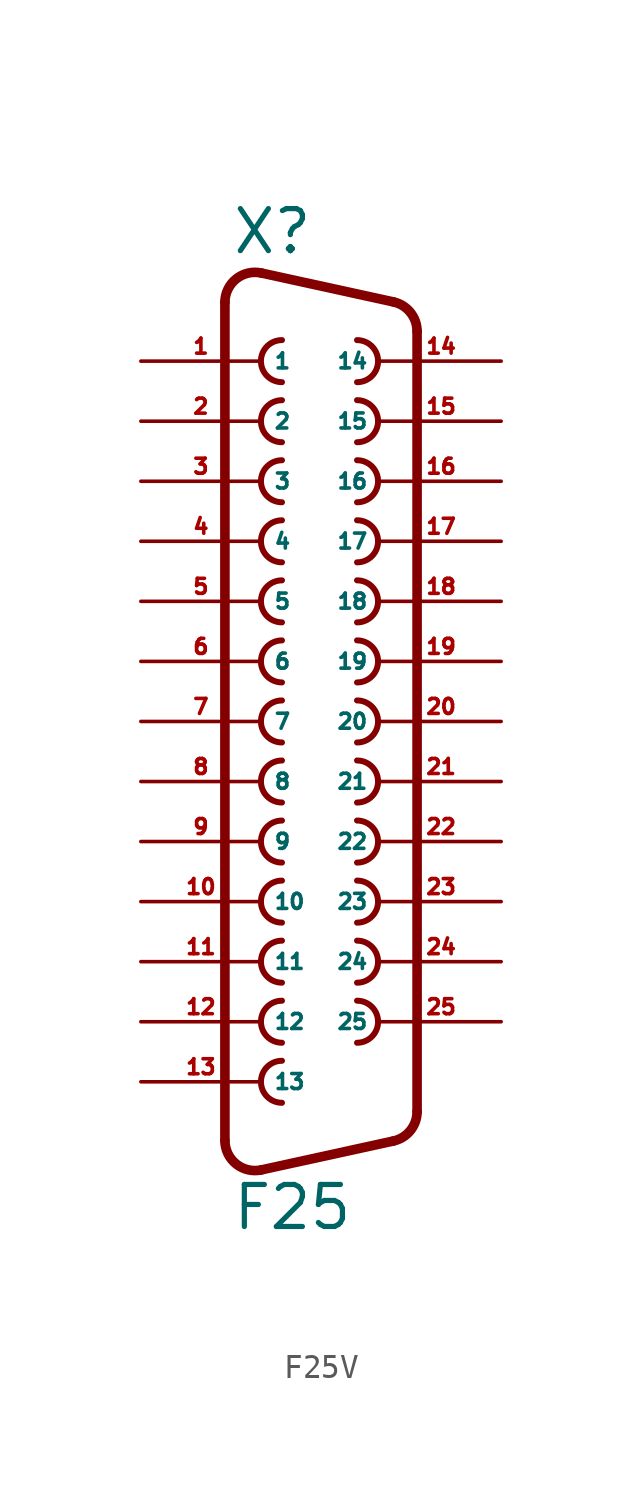
<source format=kicad_sym>
(kicad_symbol_lib
  (version 20220914)
  (generator Eagle2Kicad)
  (symbol "F25V"
    (property "Reference" "X"
      (at -3.81 19.685 0)
      (effects (font (size 1.778 1.778) (thickness 0.22)) (justify left bottom)))
    (property "Value" "F25"
      (at -3.81 -21.59 0)
      (effects (font (size 1.778 1.778) (thickness 0.22)) (justify left bottom)))
    (arc
      (start -1.651 16.129)
      (mid -2.540 15.240)
      (end -1.651 14.351)
      (stroke (width 0.254) (type default))
      (fill (type none)))
    (arc
      (start 1.524 14.351)
      (mid 2.413 15.240)
      (end 1.524 16.129)
      (stroke (width 0.254) (type default))
      (fill (type none)))
    (arc
      (start -1.651 13.589)
      (mid -2.540 12.700)
      (end -1.651 11.811)
      (stroke (width 0.254) (type default))
      (fill (type none)))
    (arc
      (start 1.524 11.811)
      (mid 2.413 12.700)
      (end 1.524 13.589)
      (stroke (width 0.254) (type default))
      (fill (type none)))
    (arc
      (start -1.651 11.049)
      (mid -2.540 10.160)
      (end -1.651 9.271)
      (stroke (width 0.254) (type default))
      (fill (type none)))
    (arc
      (start 1.524 9.271)
      (mid 2.413 10.160)
      (end 1.524 11.049)
      (stroke (width 0.254) (type default))
      (fill (type none)))
    (arc
      (start -1.651 8.509)
      (mid -2.540 7.620)
      (end -1.651 6.731)
      (stroke (width 0.254) (type default))
      (fill (type none)))
    (arc
      (start 1.524 6.731)
      (mid 2.413 7.620)
      (end 1.524 8.509)
      (stroke (width 0.254) (type default))
      (fill (type none)))
    (arc
      (start -1.651 5.969)
      (mid -2.540 5.080)
      (end -1.651 4.191)
      (stroke (width 0.254) (type default))
      (fill (type none)))
    (arc
      (start 1.524 4.191)
      (mid 2.413 5.080)
      (end 1.524 5.969)
      (stroke (width 0.254) (type default))
      (fill (type none)))
    (arc
      (start -1.651 3.429)
      (mid -2.540 2.540)
      (end -1.651 1.651)
      (stroke (width 0.254) (type default))
      (fill (type none)))
    (arc
      (start 1.524 1.651)
      (mid 2.413 2.540)
      (end 1.524 3.429)
      (stroke (width 0.254) (type default))
      (fill (type none)))
    (arc
      (start -1.651 0.889)
      (mid -2.540 0.000)
      (end -1.651 -0.889)
      (stroke (width 0.254) (type default))
      (fill (type none)))
    (arc
      (start 1.524 -0.889)
      (mid 2.413 0.000)
      (end 1.524 0.889)
      (stroke (width 0.254) (type default))
      (fill (type none)))
    (arc
      (start -1.651 -1.651)
      (mid -2.540 -2.540)
      (end -1.651 -3.429)
      (stroke (width 0.254) (type default))
      (fill (type none)))
    (arc
      (start 1.524 -3.429)
      (mid 2.413 -2.540)
      (end 1.524 -1.651)
      (stroke (width 0.254) (type default))
      (fill (type none)))
    (arc
      (start -1.651 -4.191)
      (mid -2.540 -5.080)
      (end -1.651 -5.969)
      (stroke (width 0.254) (type default))
      (fill (type none)))
    (arc
      (start 1.524 -5.969)
      (mid 2.413 -5.080)
      (end 1.524 -4.191)
      (stroke (width 0.254) (type default))
      (fill (type none)))
    (arc
      (start -1.651 -6.731)
      (mid -2.540 -7.620)
      (end -1.651 -8.509)
      (stroke (width 0.254) (type default))
      (fill (type none)))
    (arc
      (start 1.524 -8.509)
      (mid 2.413 -7.620)
      (end 1.524 -6.731)
      (stroke (width 0.254) (type default))
      (fill (type none)))
    (arc
      (start -1.651 -9.271)
      (mid -2.540 -10.160)
      (end -1.651 -11.049)
      (stroke (width 0.254) (type default))
      (fill (type none)))
    (arc
      (start 1.524 -11.049)
      (mid 2.413 -10.160)
      (end 1.524 -9.271)
      (stroke (width 0.254) (type default))
      (fill (type none)))
    (arc
      (start -1.651 -11.811)
      (mid -2.540 -12.700)
      (end -1.651 -13.589)
      (stroke (width 0.254) (type default))
      (fill (type none)))
    (arc
      (start 1.524 -13.589)
      (mid 2.413 -12.700)
      (end 1.524 -11.811)
      (stroke (width 0.254) (type default))
      (fill (type none)))
    (arc
      (start -1.651 -14.351)
      (mid -2.540 -15.240)
      (end -1.651 -16.129)
      (stroke (width 0.254) (type default))
      (fill (type none)))
    (arc
      (start -2.5226 18.967)
      (mid -3.590 18.716)
      (end -4.064 17.7262)
      (stroke (width 0.4064) (type default))
      (fill (type none)))
    (polyline
      (pts (xy -2.523 18.967) (xy 3.065 17.744))
      (stroke (width 0.406) (type default))
      (fill (type none)))
    (arc
      (start 4.0642 16.5038)
      (mid 3.783 17.300)
      (end 3.0654 17.7445)
      (stroke (width 0.4064) (type default))
      (fill (type none)))
    (polyline
      (pts (xy 4.064 -16.504) (xy 4.064 16.504))
      (stroke (width 0.406) (type default))
      (fill (type none)))
    (arc
      (start 3.0654 -17.7444)
      (mid 3.783 -17.300)
      (end 4.064 -16.5038)
      (stroke (width 0.4064) (type default))
      (fill (type none)))
    (polyline
      (pts (xy -4.064 -17.726) (xy -4.064 17.726))
      (stroke (width 0.406) (type default))
      (fill (type none)))
    (polyline
      (pts (xy -2.523 -18.967) (xy 3.065 -17.744))
      (stroke (width 0.406) (type default))
      (fill (type none)))
    (arc
      (start -4.064 -17.7262)
      (mid -3.590 -18.716)
      (end -2.5226 -18.9669)
      (stroke (width 0.4064) (type default))
      (fill (type none)))
    (pin passive line
      (at -7.62 15.24 0)
      (length 5.08)
      (name "1" (effects (font (size 0.635 0.635) (thickness 0.08)) (justify left bottom)))
      (number "1" (effects (font (size 0.635 0.635) (thickness 0.08)) (justify left bottom))))
    (pin passive line
      (at 7.62 15.24 180)
      (length 5.08)
      (name "14" (effects (font (size 0.635 0.635) (thickness 0.08)) (justify left bottom)))
      (number "14" (effects (font (size 0.635 0.635) (thickness 0.08)) (justify left bottom))))
    (pin passive line
      (at -7.62 12.7 0)
      (length 5.08)
      (name "2" (effects (font (size 0.635 0.635) (thickness 0.08)) (justify left bottom)))
      (number "2" (effects (font (size 0.635 0.635) (thickness 0.08)) (justify left bottom))))
    (pin passive line
      (at 7.62 12.7 180)
      (length 5.08)
      (name "15" (effects (font (size 0.635 0.635) (thickness 0.08)) (justify left bottom)))
      (number "15" (effects (font (size 0.635 0.635) (thickness 0.08)) (justify left bottom))))
    (pin passive line
      (at -7.62 10.16 0)
      (length 5.08)
      (name "3" (effects (font (size 0.635 0.635) (thickness 0.08)) (justify left bottom)))
      (number "3" (effects (font (size 0.635 0.635) (thickness 0.08)) (justify left bottom))))
    (pin passive line
      (at 7.62 10.16 180)
      (length 5.08)
      (name "16" (effects (font (size 0.635 0.635) (thickness 0.08)) (justify left bottom)))
      (number "16" (effects (font (size 0.635 0.635) (thickness 0.08)) (justify left bottom))))
    (pin passive line
      (at -7.62 7.62 0)
      (length 5.08)
      (name "4" (effects (font (size 0.635 0.635) (thickness 0.08)) (justify left bottom)))
      (number "4" (effects (font (size 0.635 0.635) (thickness 0.08)) (justify left bottom))))
    (pin passive line
      (at 7.62 7.62 180)
      (length 5.08)
      (name "17" (effects (font (size 0.635 0.635) (thickness 0.08)) (justify left bottom)))
      (number "17" (effects (font (size 0.635 0.635) (thickness 0.08)) (justify left bottom))))
    (pin passive line
      (at -7.62 5.08 0)
      (length 5.08)
      (name "5" (effects (font (size 0.635 0.635) (thickness 0.08)) (justify left bottom)))
      (number "5" (effects (font (size 0.635 0.635) (thickness 0.08)) (justify left bottom))))
    (pin passive line
      (at 7.62 5.08 180)
      (length 5.08)
      (name "18" (effects (font (size 0.635 0.635) (thickness 0.08)) (justify left bottom)))
      (number "18" (effects (font (size 0.635 0.635) (thickness 0.08)) (justify left bottom))))
    (pin passive line
      (at -7.62 2.54 0)
      (length 5.08)
      (name "6" (effects (font (size 0.635 0.635) (thickness 0.08)) (justify left bottom)))
      (number "6" (effects (font (size 0.635 0.635) (thickness 0.08)) (justify left bottom))))
    (pin passive line
      (at 7.62 2.54 180)
      (length 5.08)
      (name "19" (effects (font (size 0.635 0.635) (thickness 0.08)) (justify left bottom)))
      (number "19" (effects (font (size 0.635 0.635) (thickness 0.08)) (justify left bottom))))
    (pin passive line
      (at -7.62 0 0)
      (length 5.08)
      (name "7" (effects (font (size 0.635 0.635) (thickness 0.08)) (justify left bottom)))
      (number "7" (effects (font (size 0.635 0.635) (thickness 0.08)) (justify left bottom))))
    (pin passive line
      (at 7.62 0 180)
      (length 5.08)
      (name "20" (effects (font (size 0.635 0.635) (thickness 0.08)) (justify left bottom)))
      (number "20" (effects (font (size 0.635 0.635) (thickness 0.08)) (justify left bottom))))
    (pin passive line
      (at -7.62 -2.54 0)
      (length 5.08)
      (name "8" (effects (font (size 0.635 0.635) (thickness 0.08)) (justify left bottom)))
      (number "8" (effects (font (size 0.635 0.635) (thickness 0.08)) (justify left bottom))))
    (pin passive line
      (at 7.62 -2.54 180)
      (length 5.08)
      (name "21" (effects (font (size 0.635 0.635) (thickness 0.08)) (justify left bottom)))
      (number "21" (effects (font (size 0.635 0.635) (thickness 0.08)) (justify left bottom))))
    (pin passive line
      (at -7.62 -5.08 0)
      (length 5.08)
      (name "9" (effects (font (size 0.635 0.635) (thickness 0.08)) (justify left bottom)))
      (number "9" (effects (font (size 0.635 0.635) (thickness 0.08)) (justify left bottom))))
    (pin passive line
      (at 7.62 -5.08 180)
      (length 5.08)
      (name "22" (effects (font (size 0.635 0.635) (thickness 0.08)) (justify left bottom)))
      (number "22" (effects (font (size 0.635 0.635) (thickness 0.08)) (justify left bottom))))
    (pin passive line
      (at -7.62 -7.62 0)
      (length 5.08)
      (name "10" (effects (font (size 0.635 0.635) (thickness 0.08)) (justify left bottom)))
      (number "10" (effects (font (size 0.635 0.635) (thickness 0.08)) (justify left bottom))))
    (pin passive line
      (at 7.62 -7.62 180)
      (length 5.08)
      (name "23" (effects (font (size 0.635 0.635) (thickness 0.08)) (justify left bottom)))
      (number "23" (effects (font (size 0.635 0.635) (thickness 0.08)) (justify left bottom))))
    (pin passive line
      (at -7.62 -10.16 0)
      (length 5.08)
      (name "11" (effects (font (size 0.635 0.635) (thickness 0.08)) (justify left bottom)))
      (number "11" (effects (font (size 0.635 0.635) (thickness 0.08)) (justify left bottom))))
    (pin passive line
      (at 7.62 -10.16 180)
      (length 5.08)
      (name "24" (effects (font (size 0.635 0.635) (thickness 0.08)) (justify left bottom)))
      (number "24" (effects (font (size 0.635 0.635) (thickness 0.08)) (justify left bottom))))
    (pin passive line
      (at -7.62 -12.7 0)
      (length 5.08)
      (name "12" (effects (font (size 0.635 0.635) (thickness 0.08)) (justify left bottom)))
      (number "12" (effects (font (size 0.635 0.635) (thickness 0.08)) (justify left bottom))))
    (pin passive line
      (at 7.62 -12.7 180)
      (length 5.08)
      (name "25" (effects (font (size 0.635 0.635) (thickness 0.08)) (justify left bottom)))
      (number "25" (effects (font (size 0.635 0.635) (thickness 0.08)) (justify left bottom))))
    (pin passive line
      (at -7.62 -15.24 0)
      (length 5.08)
      (name "13" (effects (font (size 0.635 0.635) (thickness 0.08)) (justify left bottom)))
      (number "13" (effects (font (size 0.635 0.635) (thickness 0.08)) (justify left bottom))))))
</source>
